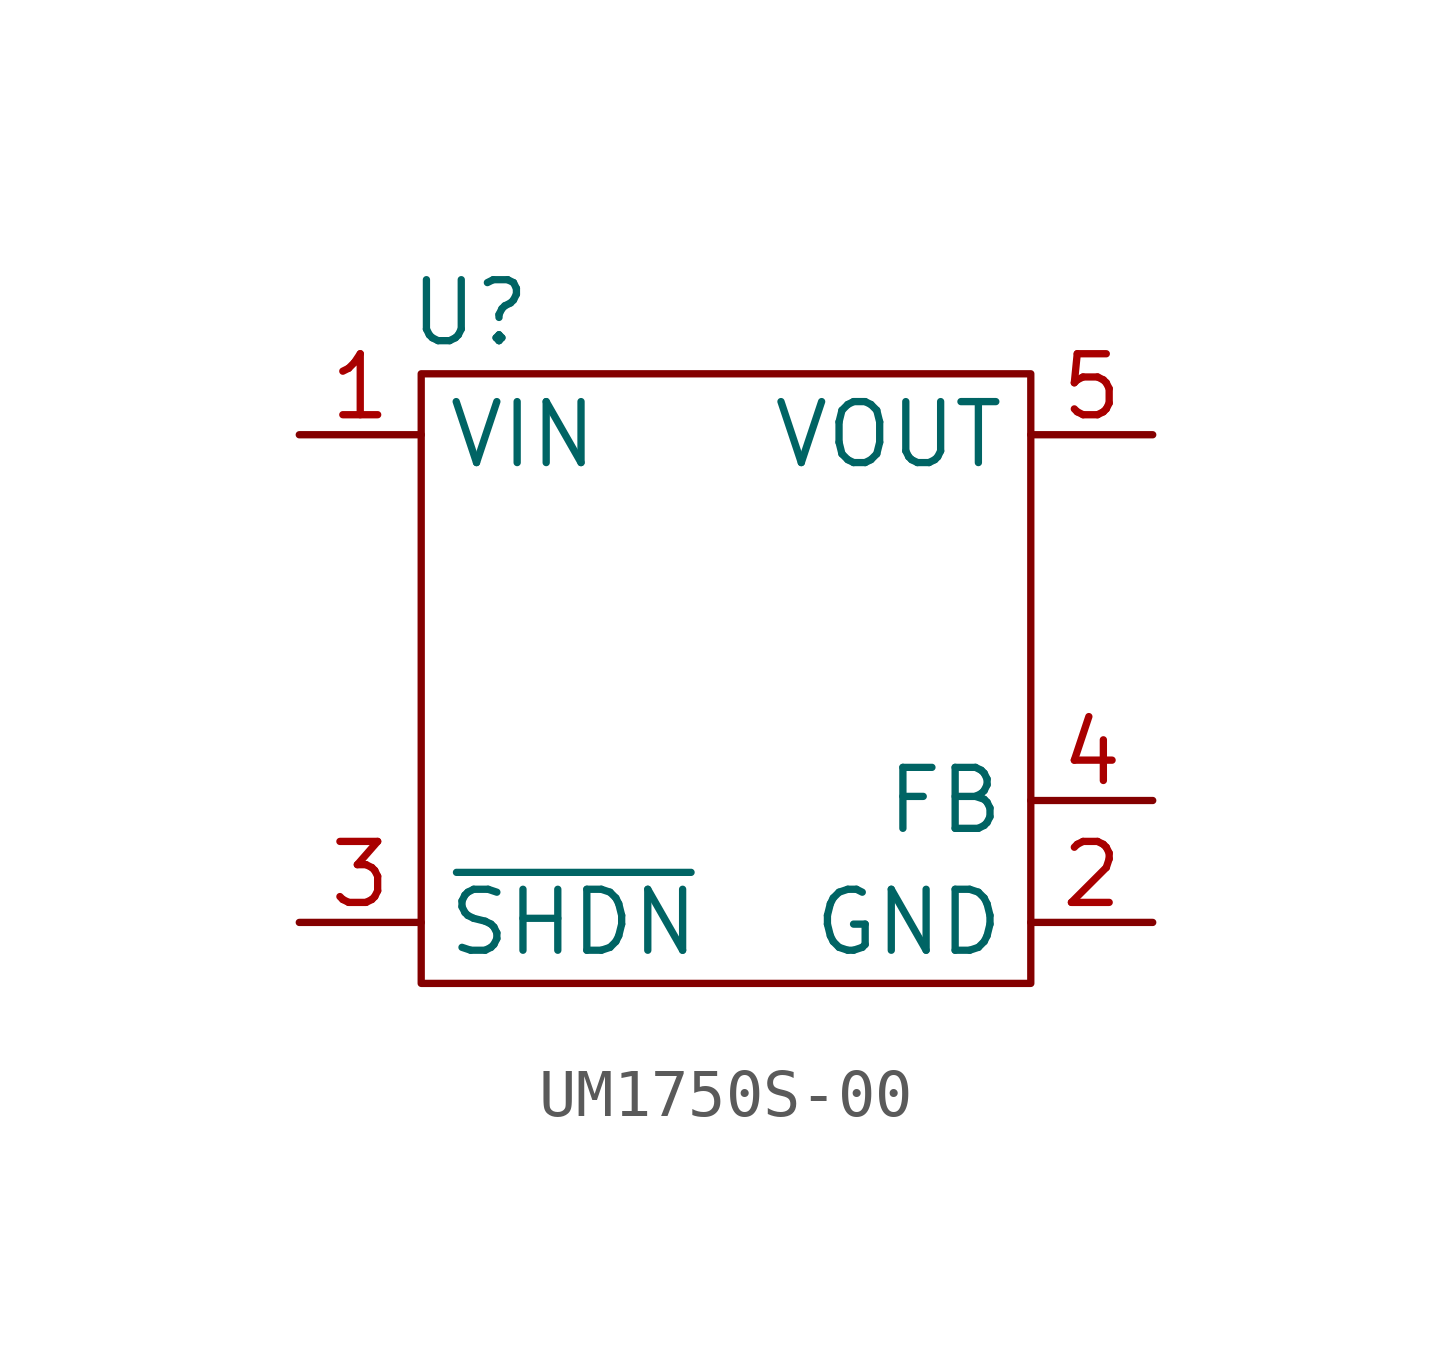
<source format=kicad_sym>
(kicad_symbol_lib
  (version 20231120)
  (generator "kicad_symbol_editor")
  (generator_version "8.0")
  (symbol "UM1750S-00"
    (property "Reference" "U"
      (at -5.334 3.81 0)
      (effects (font (size 1.27 1.27))))
    (property "Value" ""
      (at 0 0 0)
      (effects (font (size 1.27 1.27))))
    (symbol "UM1750S-00_0_1"
      (rectangle (start -6.35 -10.16) (end 6.35 2.54) (stroke (width 0) (type default)) (fill (type none))))
    (symbol "UM1750S-00_1_1"
      (pin power_in line (at -8.89 1.27 0) (length 2.54) (name "VIN" (effects (font (size 1.27 1.27)))) (number "1" (effects (font (size 1.27 1.27)))))
      (pin power_in line (at 8.89 -8.89 180) (length 2.54) (name "GND" (effects (font (size 1.27 1.27)))) (number "2" (effects (font (size 1.27 1.27)))))
      (pin input line (at -8.89 -8.89 0) (length 2.54) (name "~{SHDN}" (effects (font (size 1.27 1.27)))) (number "3" (effects (font (size 1.27 1.27)))))
      (pin passive line (at 8.89 -6.35 180) (length 2.54) (name "FB" (effects (font (size 1.27 1.27)))) (number "4" (effects (font (size 1.27 1.27)))))
      (pin power_out line (at 8.89 1.27 180) (length 2.54) (name "VOUT" (effects (font (size 1.27 1.27)))) (number "5" (effects (font (size 1.27 1.27))))))))
</source>
